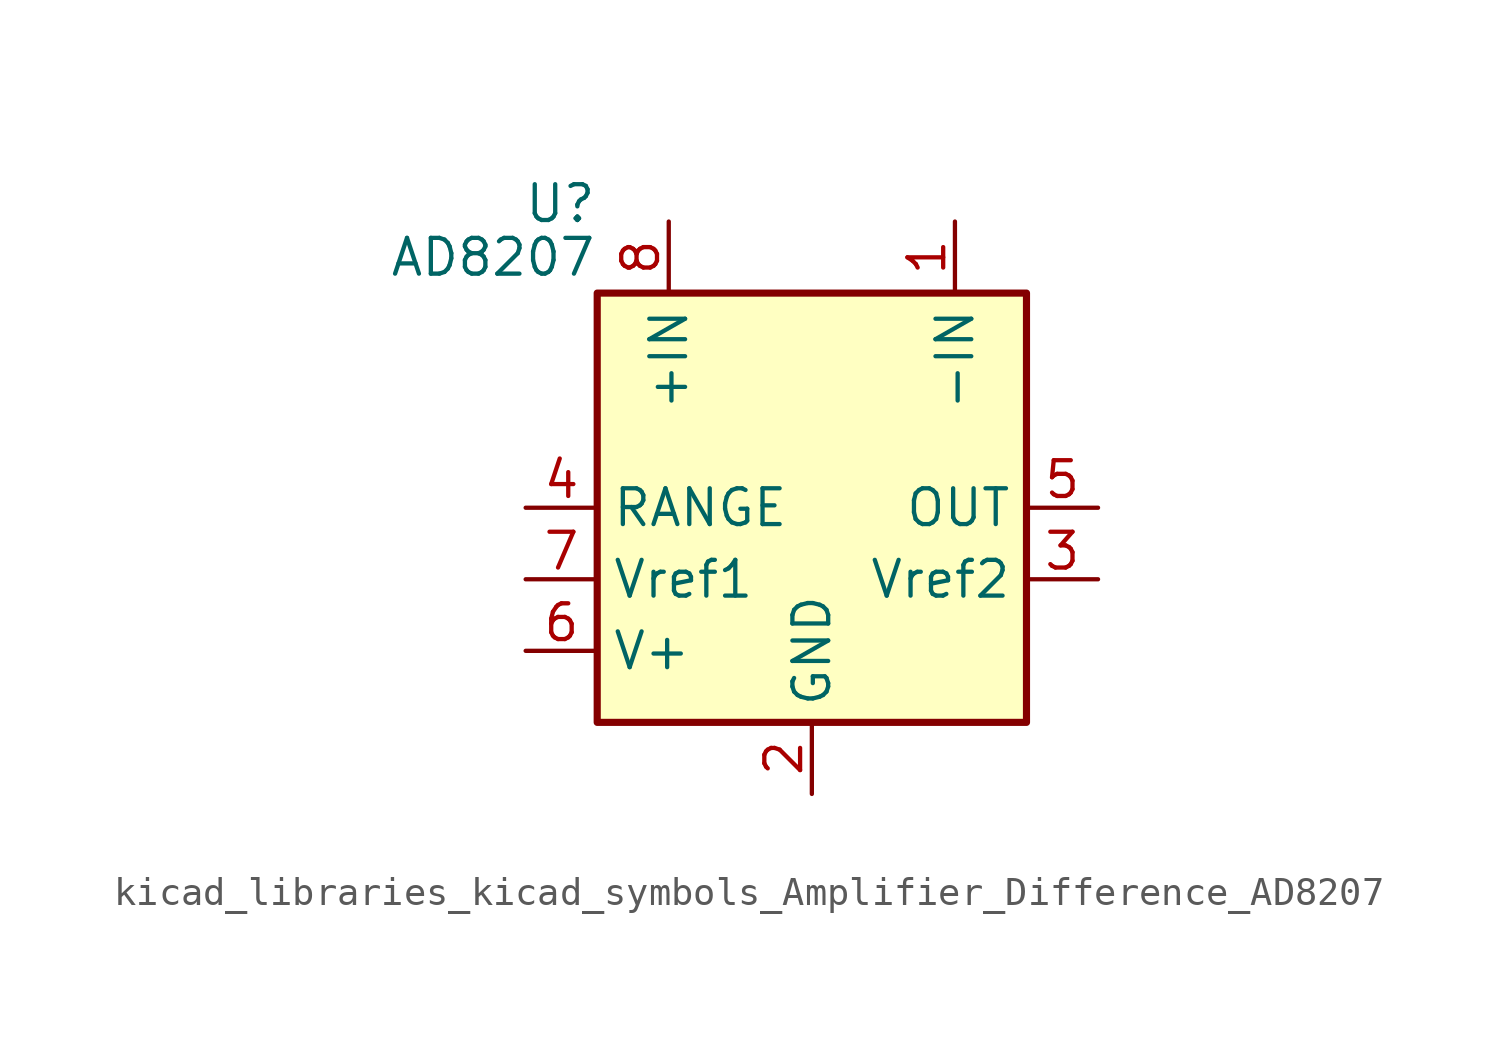
<source format=kicad_sym>
(kicad_symbol_lib
  (version 20220914)
  (generator kicad_symbol_editor)
  (symbol "kicad_libraries_kicad_symbols_Amplifier_Difference_AD8207"
    (property "Reference" "U"
      (at -7.62 10.795 0)
      (effects (font (size 1.27 1.27)) (justify right)))
    (property "Value" "AD8207"
      (at -7.62 8.89 0)
      (effects (font (size 1.27 1.27)) (justify right)))
    (symbol "kicad_libraries_kicad_symbols_Amplifier_Difference_AD8207_0_1"
      (rectangle (start -7.62 7.62) (end 7.62 -7.62) (stroke (width 0.254) (type default)) (fill (type background))))
    (symbol "kicad_libraries_kicad_symbols_Amplifier_Difference_AD8207_1_1"
      (pin input line (at 5.08 10.16 270) (length 2.54) (name "-IN" (effects (font (size 1.27 1.27)))) (number "1" (effects (font (size 1.27 1.27)))))
      (pin power_in line (at 0 -10.16 90) (length 2.54) (name "GND" (effects (font (size 1.27 1.27)))) (number "2" (effects (font (size 1.27 1.27)))))
      (pin input line (at 10.16 -2.54 180) (length 2.54) (name "Vref2" (effects (font (size 1.27 1.27)))) (number "3" (effects (font (size 1.27 1.27)))))
      (pin input line (at -10.16 0 0) (length 2.54) (name "RANGE" (effects (font (size 1.27 1.27)))) (number "4" (effects (font (size 1.27 1.27)))))
      (pin output line (at 10.16 0 180) (length 2.54) (name "OUT" (effects (font (size 1.27 1.27)))) (number "5" (effects (font (size 1.27 1.27)))))
      (pin power_in line (at -10.16 -5.08 0) (length 2.54) (name "V+" (effects (font (size 1.27 1.27)))) (number "6" (effects (font (size 1.27 1.27)))))
      (pin input line (at -10.16 -2.54 0) (length 2.54) (name "Vref1" (effects (font (size 1.27 1.27)))) (number "7" (effects (font (size 1.27 1.27)))))
      (pin input line (at -5.08 10.16 270) (length 2.54) (name "+IN" (effects (font (size 1.27 1.27)))) (number "8" (effects (font (size 1.27 1.27))))))))
</source>
